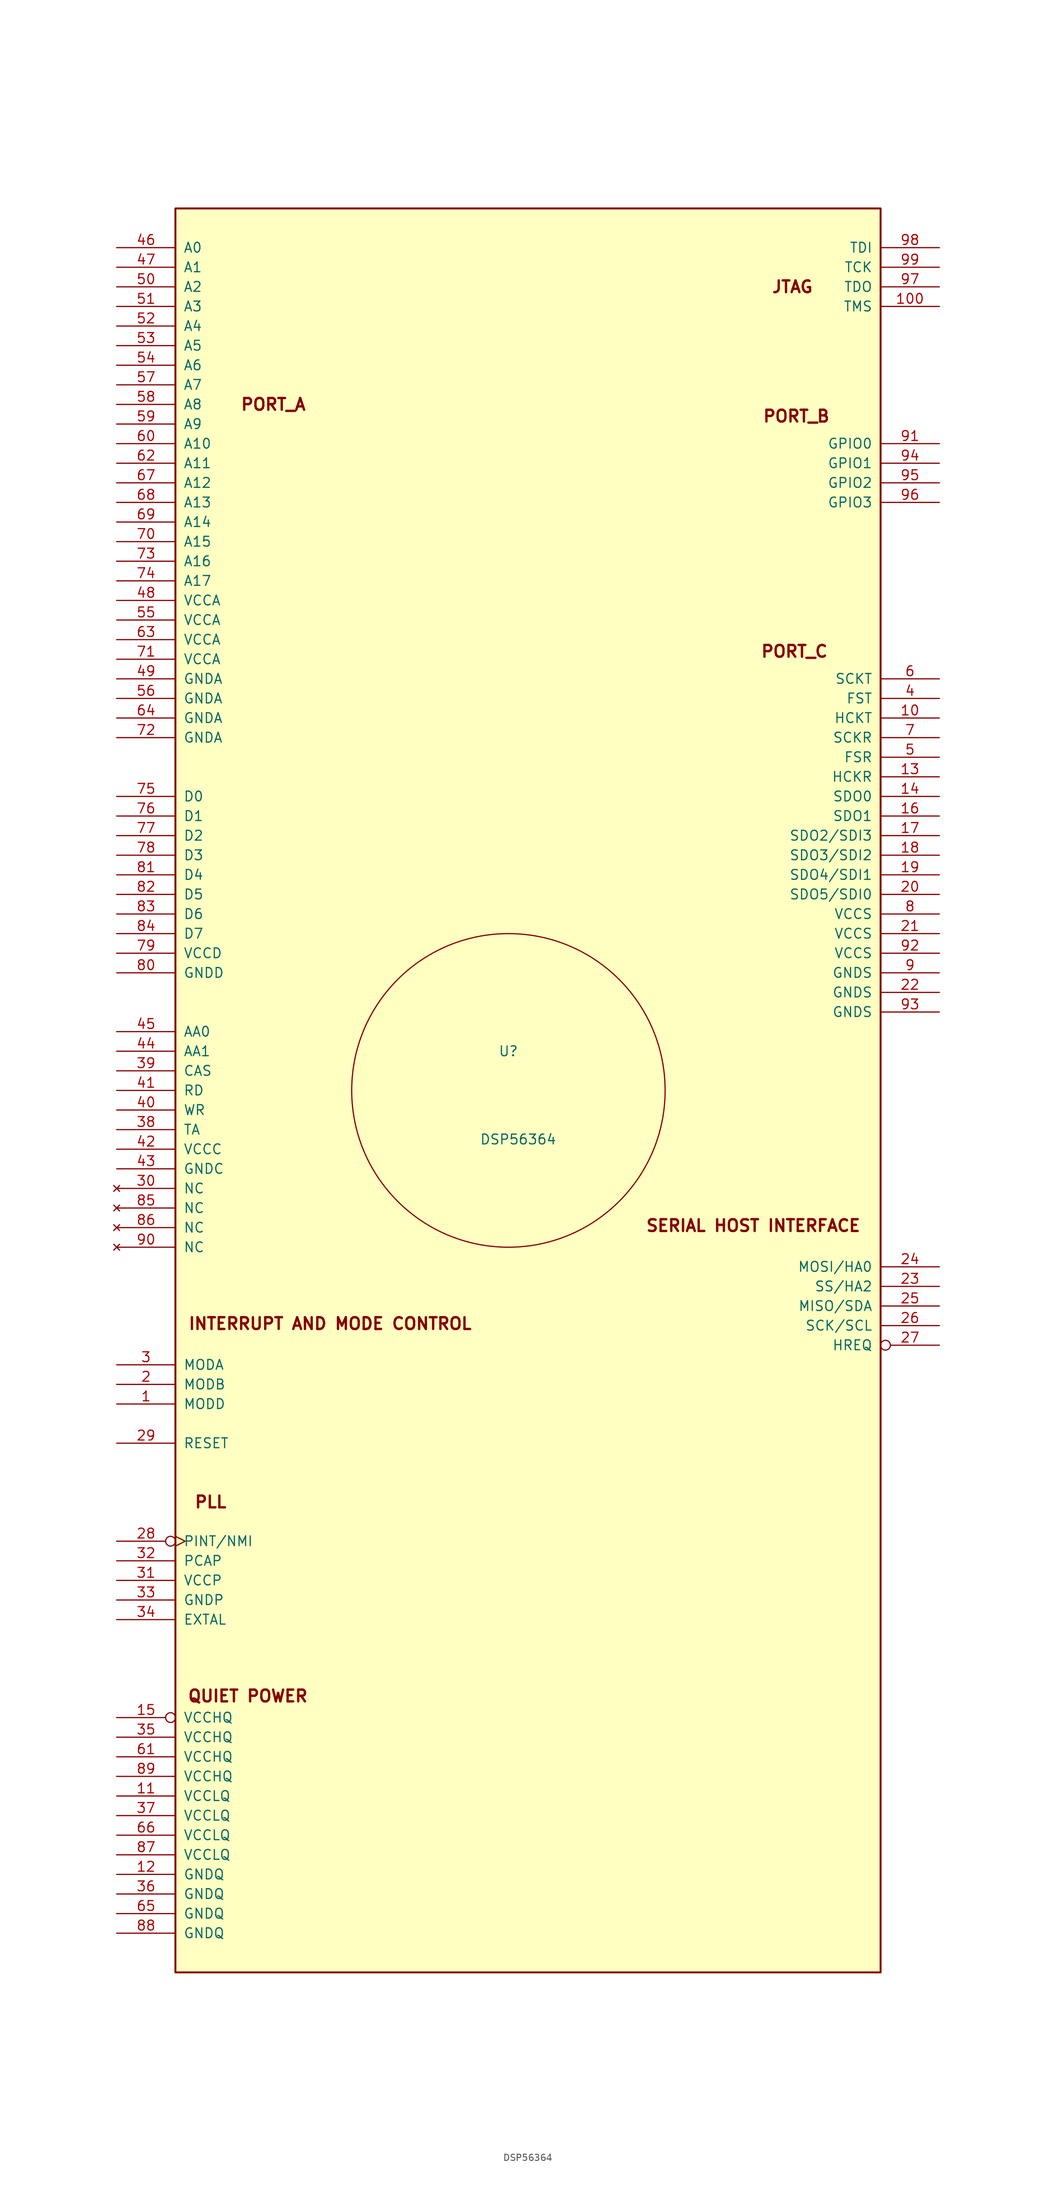
<source format=kicad_sym>
(kicad_symbol_lib
  (version 20231120)
  (generator "kicad_symbol_editor")
  (generator_version "8.0")
  (symbol "DSP56364"
    (pin_names
      (offset 1.016))
    (property "Reference" "U"
      (at 0 2.54 0)
      (effects (font (size 1.27 1.27))))
    (property "Value" "DSP56364"
      (at 1.27 -8.89 0)
      (effects (font (size 1.27 1.27))))
    (symbol "DSP56364_0_1"
      (rectangle (start -43.18 111.76) (end 48.26 -116.84) (stroke (width 0.254) (type default)) (fill (type background)))
      (circle (center 0 -2.54) (radius 20.32) (stroke (width 0) (type default)) (fill (type none)))
      (text "JTAG" (at 36.83 101.6 0) (effects (font (size 1.524 1.524) (bold yes))))
      (text "PLL" (at -38.608 -55.88 0) (effects (font (size 1.524 1.524) (bold yes))))
      (text "PORT_A" (at -30.48 86.36 0) (effects (font (size 1.524 1.524) (bold yes))))
      (text "PORT_C" (at 37.084 54.356 0) (effects (font (size 1.524 1.524) (bold yes)))))
    (symbol "DSP56364_1_1"
      (text "INTERRUPT AND MODE CONTROL" (at -23.114 -32.766 0) (effects (font (size 1.524 1.524) (bold yes))))
      (text "PORT_B" (at 37.338 84.836 0) (effects (font (size 1.524 1.524) (bold yes))))
      (text "QUIET POWER" (at -33.782 -81.026 0) (effects (font (size 1.524 1.524) (bold yes))))
      (text "SERIAL HOST INTERFACE" (at 31.75 -20.066 0) (effects (font (size 1.524 1.524) (bold yes))))
      (pin input line (at -50.8 -43.18 0) (length 7.62) (name "MODD" (effects (font (size 1.27 1.27)))) (number "1" (effects (font (size 1.27 1.27)))))
      (pin bidirectional line (at 55.88 45.72 180) (length 7.62) (name "HCKT" (effects (font (size 1.27 1.27)))) (number "10" (effects (font (size 1.27 1.27)))))
      (pin input line (at 55.88 99.06 180) (length 7.62) (name "TMS" (effects (font (size 1.27 1.27)))) (number "100" (effects (font (size 1.27 1.27)))))
      (pin power_in line (at -50.8 -93.98 0) (length 7.62) (name "VCCLQ" (effects (font (size 1.27 1.27)))) (number "11" (effects (font (size 1.27 1.27)))))
      (pin power_in line (at -50.8 -104.14 0) (length 7.62) (name "GNDQ" (effects (font (size 1.27 1.27)))) (number "12" (effects (font (size 1.27 1.27)))))
      (pin bidirectional line (at 55.88 38.1 180) (length 7.62) (name "HCKR" (effects (font (size 1.27 1.27)))) (number "13" (effects (font (size 1.27 1.27)))))
      (pin output line (at 55.88 35.56 180) (length 7.62) (name "SDO0" (effects (font (size 1.27 1.27)))) (number "14" (effects (font (size 1.27 1.27)))))
      (pin power_in inverted (at -50.8 -83.82 0) (length 7.62) (name "VCCHQ" (effects (font (size 1.27 1.27)))) (number "15" (effects (font (size 1.27 1.27)))))
      (pin output line (at 55.88 33.02 180) (length 7.62) (name "SDO1" (effects (font (size 1.27 1.27)))) (number "16" (effects (font (size 1.27 1.27)))))
      (pin bidirectional line (at 55.88 30.48 180) (length 7.62) (name "SDO2/SDI3" (effects (font (size 1.27 1.27)))) (number "17" (effects (font (size 1.27 1.27)))))
      (pin bidirectional line (at 55.88 27.94 180) (length 7.62) (name "SDO3/SDI2" (effects (font (size 1.27 1.27)))) (number "18" (effects (font (size 1.27 1.27)))))
      (pin bidirectional line (at 55.88 25.4 180) (length 7.62) (name "SDO4/SDI1" (effects (font (size 1.27 1.27)))) (number "19" (effects (font (size 1.27 1.27)))))
      (pin input line (at -50.8 -40.64 0) (length 7.62) (name "MODB" (effects (font (size 1.27 1.27)))) (number "2" (effects (font (size 1.27 1.27)))))
      (pin bidirectional line (at 55.88 22.86 180) (length 7.62) (name "SDO5/SDI0" (effects (font (size 1.27 1.27)))) (number "20" (effects (font (size 1.27 1.27)))))
      (pin power_in line (at 55.88 17.78 180) (length 7.62) (name "VCCS" (effects (font (size 1.27 1.27)))) (number "21" (effects (font (size 1.27 1.27)))))
      (pin power_in line (at 55.88 10.16 180) (length 7.62) (name "GNDS" (effects (font (size 1.27 1.27)))) (number "22" (effects (font (size 1.27 1.27)))))
      (pin input line (at 55.88 -27.94 180) (length 7.62) (name "SS/HA2" (effects (font (size 1.27 1.27)))) (number "23" (effects (font (size 1.27 1.27)))))
      (pin bidirectional line (at 55.88 -25.4 180) (length 7.62) (name "MOSI/HA0" (effects (font (size 1.27 1.27)))) (number "24" (effects (font (size 1.27 1.27)))))
      (pin bidirectional line (at 55.88 -30.48 180) (length 7.62) (name "MISO/SDA" (effects (font (size 1.27 1.27)))) (number "25" (effects (font (size 1.27 1.27)))))
      (pin bidirectional line (at 55.88 -33.02 180) (length 7.62) (name "SCK/SCL" (effects (font (size 1.27 1.27)))) (number "26" (effects (font (size 1.27 1.27)))))
      (pin bidirectional inverted (at 55.88 -35.56 180) (length 7.62) (name "HREQ" (effects (font (size 1.27 1.27)))) (number "27" (effects (font (size 1.27 1.27)))))
      (pin input inverted_clock (at -50.8 -60.96 0) (length 7.62) (name "PINT/NMI" (effects (font (size 1.27 1.27)))) (number "28" (effects (font (size 1.27 1.27)))))
      (pin input line (at -50.8 -48.26 0) (length 7.62) (name "RESET" (effects (font (size 1.27 1.27)))) (number "29" (effects (font (size 1.27 1.27)))))
      (pin input line (at -50.8 -38.1 0) (length 7.62) (name "MODA" (effects (font (size 1.27 1.27)))) (number "3" (effects (font (size 1.27 1.27)))))
      (pin no_connect line (at -50.8 -15.24 0) (length 7.62) (name "NC" (effects (font (size 1.27 1.27)))) (number "30" (effects (font (size 1.27 1.27)))))
      (pin power_in line (at -50.8 -66.04 0) (length 7.62) (name "VCCP" (effects (font (size 1.27 1.27)))) (number "31" (effects (font (size 1.27 1.27)))))
      (pin input line (at -50.8 -63.5 0) (length 7.62) (name "PCAP" (effects (font (size 1.27 1.27)))) (number "32" (effects (font (size 1.27 1.27)))))
      (pin power_in line (at -50.8 -68.58 0) (length 7.62) (name "GNDP" (effects (font (size 1.27 1.27)))) (number "33" (effects (font (size 1.27 1.27)))))
      (pin input line (at -50.8 -71.12 0) (length 7.62) (name "EXTAL" (effects (font (size 1.27 1.27)))) (number "34" (effects (font (size 1.27 1.27)))))
      (pin power_in line (at -50.8 -86.36 0) (length 7.62) (name "VCCHQ" (effects (font (size 1.27 1.27)))) (number "35" (effects (font (size 1.27 1.27)))))
      (pin power_in line (at -50.8 -106.68 0) (length 7.62) (name "GNDQ" (effects (font (size 1.27 1.27)))) (number "36" (effects (font (size 1.27 1.27)))))
      (pin power_in line (at -50.8 -96.52 0) (length 7.62) (name "VCCLQ" (effects (font (size 1.27 1.27)))) (number "37" (effects (font (size 1.27 1.27)))))
      (pin input line (at -50.8 -7.62 0) (length 7.62) (name "TA" (effects (font (size 1.27 1.27)))) (number "38" (effects (font (size 1.27 1.27)))))
      (pin output line (at -50.8 0 0) (length 7.62) (name "CAS" (effects (font (size 1.27 1.27)))) (number "39" (effects (font (size 1.27 1.27)))))
      (pin bidirectional line (at 55.88 48.26 180) (length 7.62) (name "FST" (effects (font (size 1.27 1.27)))) (number "4" (effects (font (size 1.27 1.27)))))
      (pin output line (at -50.8 -5.08 0) (length 7.62) (name "WR" (effects (font (size 1.27 1.27)))) (number "40" (effects (font (size 1.27 1.27)))))
      (pin output line (at -50.8 -2.54 0) (length 7.62) (name "RD" (effects (font (size 1.27 1.27)))) (number "41" (effects (font (size 1.27 1.27)))))
      (pin power_in line (at -50.8 -10.16 0) (length 7.62) (name "VCCC" (effects (font (size 1.27 1.27)))) (number "42" (effects (font (size 1.27 1.27)))))
      (pin power_in line (at -50.8 -12.7 0) (length 7.62) (name "GNDC" (effects (font (size 1.27 1.27)))) (number "43" (effects (font (size 1.27 1.27)))))
      (pin output line (at -50.8 2.54 0) (length 7.62) (name "AA1" (effects (font (size 1.27 1.27)))) (number "44" (effects (font (size 1.27 1.27)))))
      (pin output line (at -50.8 5.08 0) (length 7.62) (name "AA0" (effects (font (size 1.27 1.27)))) (number "45" (effects (font (size 1.27 1.27)))))
      (pin output line (at -50.8 106.68 0) (length 7.62) (name "A0" (effects (font (size 1.27 1.27)))) (number "46" (effects (font (size 1.27 1.27)))))
      (pin output line (at -50.8 104.14 0) (length 7.62) (name "A1" (effects (font (size 1.27 1.27)))) (number "47" (effects (font (size 1.27 1.27)))))
      (pin power_in line (at -50.8 60.96 0) (length 7.62) (name "VCCA" (effects (font (size 1.27 1.27)))) (number "48" (effects (font (size 1.27 1.27)))))
      (pin power_in line (at -50.8 50.8 0) (length 7.62) (name "GNDA" (effects (font (size 1.27 1.27)))) (number "49" (effects (font (size 1.27 1.27)))))
      (pin bidirectional line (at 55.88 40.64 180) (length 7.62) (name "FSR" (effects (font (size 1.27 1.27)))) (number "5" (effects (font (size 1.27 1.27)))))
      (pin output line (at -50.8 101.6 0) (length 7.62) (name "A2" (effects (font (size 1.27 1.27)))) (number "50" (effects (font (size 1.27 1.27)))))
      (pin output line (at -50.8 99.06 0) (length 7.62) (name "A3" (effects (font (size 1.27 1.27)))) (number "51" (effects (font (size 1.27 1.27)))))
      (pin output line (at -50.8 96.52 0) (length 7.62) (name "A4" (effects (font (size 1.27 1.27)))) (number "52" (effects (font (size 1.27 1.27)))))
      (pin output line (at -50.8 93.98 0) (length 7.62) (name "A5" (effects (font (size 1.27 1.27)))) (number "53" (effects (font (size 1.27 1.27)))))
      (pin output line (at -50.8 91.44 0) (length 7.62) (name "A6" (effects (font (size 1.27 1.27)))) (number "54" (effects (font (size 1.27 1.27)))))
      (pin power_in line (at -50.8 58.42 0) (length 7.62) (name "VCCA" (effects (font (size 1.27 1.27)))) (number "55" (effects (font (size 1.27 1.27)))))
      (pin power_in line (at -50.8 48.26 0) (length 7.62) (name "GNDA" (effects (font (size 1.27 1.27)))) (number "56" (effects (font (size 1.27 1.27)))))
      (pin output line (at -50.8 88.9 0) (length 7.62) (name "A7" (effects (font (size 1.27 1.27)))) (number "57" (effects (font (size 1.27 1.27)))))
      (pin output line (at -50.8 86.36 0) (length 7.62) (name "A8" (effects (font (size 1.27 1.27)))) (number "58" (effects (font (size 1.27 1.27)))))
      (pin output line (at -50.8 83.82 0) (length 7.62) (name "A9" (effects (font (size 1.27 1.27)))) (number "59" (effects (font (size 1.27 1.27)))))
      (pin bidirectional line (at 55.88 50.8 180) (length 7.62) (name "SCKT" (effects (font (size 1.27 1.27)))) (number "6" (effects (font (size 1.27 1.27)))))
      (pin output line (at -50.8 81.28 0) (length 7.62) (name "A10" (effects (font (size 1.27 1.27)))) (number "60" (effects (font (size 1.27 1.27)))))
      (pin power_in line (at -50.8 -88.9 0) (length 7.62) (name "VCCHQ" (effects (font (size 1.27 1.27)))) (number "61" (effects (font (size 1.27 1.27)))))
      (pin output line (at -50.8 78.74 0) (length 7.62) (name "A11" (effects (font (size 1.27 1.27)))) (number "62" (effects (font (size 1.27 1.27)))))
      (pin power_in line (at -50.8 55.88 0) (length 7.62) (name "VCCA" (effects (font (size 1.27 1.27)))) (number "63" (effects (font (size 1.27 1.27)))))
      (pin power_in line (at -50.8 45.72 0) (length 7.62) (name "GNDA" (effects (font (size 1.27 1.27)))) (number "64" (effects (font (size 1.27 1.27)))))
      (pin power_in line (at -50.8 -109.22 0) (length 7.62) (name "GNDQ" (effects (font (size 1.27 1.27)))) (number "65" (effects (font (size 1.27 1.27)))))
      (pin power_in line (at -50.8 -99.06 0) (length 7.62) (name "VCCLQ" (effects (font (size 1.27 1.27)))) (number "66" (effects (font (size 1.27 1.27)))))
      (pin output line (at -50.8 76.2 0) (length 7.62) (name "A12" (effects (font (size 1.27 1.27)))) (number "67" (effects (font (size 1.27 1.27)))))
      (pin output line (at -50.8 73.66 0) (length 7.62) (name "A13" (effects (font (size 1.27 1.27)))) (number "68" (effects (font (size 1.27 1.27)))))
      (pin output line (at -50.8 71.12 0) (length 7.62) (name "A14" (effects (font (size 1.27 1.27)))) (number "69" (effects (font (size 1.27 1.27)))))
      (pin bidirectional line (at 55.88 43.18 180) (length 7.62) (name "SCKR" (effects (font (size 1.27 1.27)))) (number "7" (effects (font (size 1.27 1.27)))))
      (pin output line (at -50.8 68.58 0) (length 7.62) (name "A15" (effects (font (size 1.27 1.27)))) (number "70" (effects (font (size 1.27 1.27)))))
      (pin power_in line (at -50.8 53.34 0) (length 7.62) (name "VCCA" (effects (font (size 1.27 1.27)))) (number "71" (effects (font (size 1.27 1.27)))))
      (pin power_in line (at -50.8 43.18 0) (length 7.62) (name "GNDA" (effects (font (size 1.27 1.27)))) (number "72" (effects (font (size 1.27 1.27)))))
      (pin output line (at -50.8 66.04 0) (length 7.62) (name "A16" (effects (font (size 1.27 1.27)))) (number "73" (effects (font (size 1.27 1.27)))))
      (pin output line (at -50.8 63.5 0) (length 7.62) (name "A17" (effects (font (size 1.27 1.27)))) (number "74" (effects (font (size 1.27 1.27)))))
      (pin bidirectional line (at -50.8 35.56 0) (length 7.62) (name "D0" (effects (font (size 1.27 1.27)))) (number "75" (effects (font (size 1.27 1.27)))))
      (pin bidirectional line (at -50.8 33.02 0) (length 7.62) (name "D1" (effects (font (size 1.27 1.27)))) (number "76" (effects (font (size 1.27 1.27)))))
      (pin bidirectional line (at -50.8 30.48 0) (length 7.62) (name "D2" (effects (font (size 1.27 1.27)))) (number "77" (effects (font (size 1.27 1.27)))))
      (pin bidirectional line (at -50.8 27.94 0) (length 7.62) (name "D3" (effects (font (size 1.27 1.27)))) (number "78" (effects (font (size 1.27 1.27)))))
      (pin power_in line (at -50.8 15.24 0) (length 7.62) (name "VCCD" (effects (font (size 1.27 1.27)))) (number "79" (effects (font (size 1.27 1.27)))))
      (pin power_in line (at 55.88 20.32 180) (length 7.62) (name "VCCS" (effects (font (size 1.27 1.27)))) (number "8" (effects (font (size 1.27 1.27)))))
      (pin power_in line (at -50.8 12.7 0) (length 7.62) (name "GNDD" (effects (font (size 1.27 1.27)))) (number "80" (effects (font (size 1.27 1.27)))))
      (pin bidirectional line (at -50.8 25.4 0) (length 7.62) (name "D4" (effects (font (size 1.27 1.27)))) (number "81" (effects (font (size 1.27 1.27)))))
      (pin bidirectional line (at -50.8 22.86 0) (length 7.62) (name "D5" (effects (font (size 1.27 1.27)))) (number "82" (effects (font (size 1.27 1.27)))))
      (pin bidirectional line (at -50.8 20.32 0) (length 7.62) (name "D6" (effects (font (size 1.27 1.27)))) (number "83" (effects (font (size 1.27 1.27)))))
      (pin bidirectional line (at -50.8 17.78 0) (length 7.62) (name "D7" (effects (font (size 1.27 1.27)))) (number "84" (effects (font (size 1.27 1.27)))))
      (pin no_connect line (at -50.8 -17.78 0) (length 7.62) (name "NC" (effects (font (size 1.27 1.27)))) (number "85" (effects (font (size 1.27 1.27)))))
      (pin no_connect line (at -50.8 -20.32 0) (length 7.62) (name "NC" (effects (font (size 1.27 1.27)))) (number "86" (effects (font (size 1.27 1.27)))))
      (pin power_in line (at -50.8 -101.6 0) (length 7.62) (name "VCCLQ" (effects (font (size 1.27 1.27)))) (number "87" (effects (font (size 1.27 1.27)))))
      (pin power_in line (at -50.8 -111.76 0) (length 7.62) (name "GNDQ" (effects (font (size 1.27 1.27)))) (number "88" (effects (font (size 1.27 1.27)))))
      (pin power_in line (at -50.8 -91.44 0) (length 7.62) (name "VCCHQ" (effects (font (size 1.27 1.27)))) (number "89" (effects (font (size 1.27 1.27)))))
      (pin power_in line (at 55.88 12.7 180) (length 7.62) (name "GNDS" (effects (font (size 1.27 1.27)))) (number "9" (effects (font (size 1.27 1.27)))))
      (pin no_connect line (at -50.8 -22.86 0) (length 7.62) (name "NC" (effects (font (size 1.27 1.27)))) (number "90" (effects (font (size 1.27 1.27)))))
      (pin bidirectional line (at 55.88 81.28 180) (length 7.62) (name "GPIO0" (effects (font (size 1.27 1.27)))) (number "91" (effects (font (size 1.27 1.27)))))
      (pin power_in line (at 55.88 15.24 180) (length 7.62) (name "VCCS" (effects (font (size 1.27 1.27)))) (number "92" (effects (font (size 1.27 1.27)))))
      (pin power_in line (at 55.88 7.62 180) (length 7.62) (name "GNDS" (effects (font (size 1.27 1.27)))) (number "93" (effects (font (size 1.27 1.27)))))
      (pin bidirectional line (at 55.88 78.74 180) (length 7.62) (name "GPIO1" (effects (font (size 1.27 1.27)))) (number "94" (effects (font (size 1.27 1.27)))))
      (pin bidirectional line (at 55.88 76.2 180) (length 7.62) (name "GPIO2" (effects (font (size 1.27 1.27)))) (number "95" (effects (font (size 1.27 1.27)))))
      (pin bidirectional line (at 55.88 73.66 180) (length 7.62) (name "GPIO3" (effects (font (size 1.27 1.27)))) (number "96" (effects (font (size 1.27 1.27)))))
      (pin output line (at 55.88 101.6 180) (length 7.62) (name "TDO" (effects (font (size 1.27 1.27)))) (number "97" (effects (font (size 1.27 1.27)))))
      (pin input line (at 55.88 106.68 180) (length 7.62) (name "TDI" (effects (font (size 1.27 1.27)))) (number "98" (effects (font (size 1.27 1.27)))))
      (pin input line (at 55.88 104.14 180) (length 7.62) (name "TCK" (effects (font (size 1.27 1.27)))) (number "99" (effects (font (size 1.27 1.27))))))))
</source>
